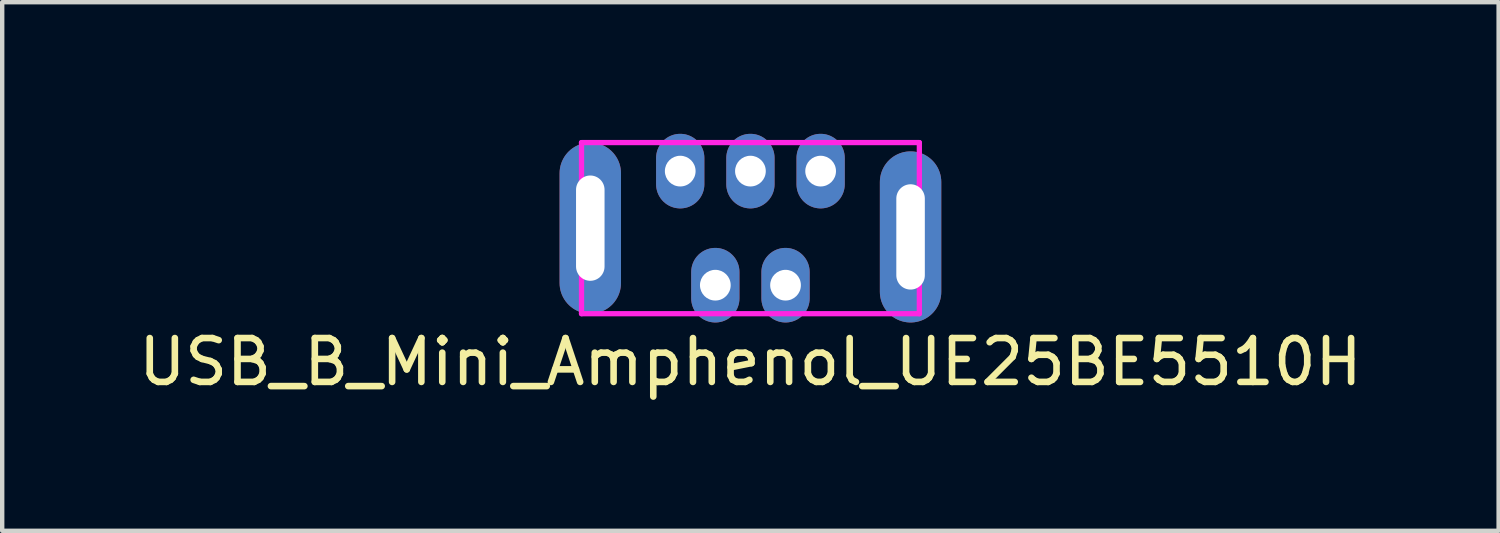
<source format=kicad_pcb>
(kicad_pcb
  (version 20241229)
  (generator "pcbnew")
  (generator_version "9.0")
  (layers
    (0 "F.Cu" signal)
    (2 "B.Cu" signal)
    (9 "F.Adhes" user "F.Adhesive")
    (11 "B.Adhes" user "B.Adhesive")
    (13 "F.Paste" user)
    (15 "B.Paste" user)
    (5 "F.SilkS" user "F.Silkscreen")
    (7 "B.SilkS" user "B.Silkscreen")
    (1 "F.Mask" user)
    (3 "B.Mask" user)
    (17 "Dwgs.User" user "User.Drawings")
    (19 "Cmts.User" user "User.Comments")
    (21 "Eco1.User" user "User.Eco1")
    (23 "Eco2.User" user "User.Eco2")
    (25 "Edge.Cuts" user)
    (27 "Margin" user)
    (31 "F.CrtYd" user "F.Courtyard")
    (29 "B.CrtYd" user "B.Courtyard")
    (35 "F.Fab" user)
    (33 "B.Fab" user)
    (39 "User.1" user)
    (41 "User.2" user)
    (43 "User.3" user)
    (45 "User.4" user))
  (footprint "USB_B_Mini_Amphenol_UE25BE5510H"
    (layer "F.Cu")
    (at 14.054 2.15)
    (property "Reference" "USB_B_Mini_Amphenol_UE25BE5510H" (at 0 3.05 0) (layer "F.SilkS") (effects (font (size 1 1) (thickness 0.15))))
    (attr through_hole)
    (fp_line (start -3.85 -1.95) (end -3.85 1.95) (stroke (width 0.12) (type solid)) (layer "F.CrtYd"))
    (fp_line (start -3.85 1.95) (end 3.85 1.95) (stroke (width 0.12) (type solid)) (layer "F.CrtYd"))
    (fp_line (start 3.85 -1.95) (end -3.85 -1.95) (stroke (width 0.12) (type solid)) (layer "F.CrtYd"))
    (fp_line (start 3.85 1.95) (end 3.85 -1.95) (stroke (width 0.12) (type solid)) (layer "F.CrtYd"))
    (pad "1" thru_hole oval (at 1.6 -1.3) (size 1.1 1.7) (drill 0.7) (layers "*.Cu" "*.Mask"))
    (pad "2" thru_hole oval (at 0.8 1.3) (size 1.1 1.7) (drill 0.7) (layers "*.Cu" "*.Mask"))
    (pad "3" thru_hole oval (at 0 -1.3) (size 1.1 1.7) (drill 0.7) (layers "*.Cu" "*.Mask"))
    (pad "4" thru_hole oval (at -0.8 1.3) (size 1.1 1.7) (drill 0.7) (layers "*.Cu" "*.Mask"))
    (pad "5" thru_hole oval (at -1.6 -1.3) (size 1.1 1.7) (drill 0.7) (layers "*.Cu" "*.Mask"))
    (pad "6" thru_hole oval (at -3.65 0) (size 1.4 3.9) (drill oval 0.65 2.4) (layers "*.Cu" "*.Mask"))
    (pad "6" thru_hole oval (at 3.65 0.2) (size 1.4 3.9) (drill oval 0.65 2.4) (layers "*.Cu" "*.Mask")))
  (gr_rect
    (start -3 -3)
    (end 31.107 9.048)
    (stroke (width 0.1) (type default))
    (fill no)
    (layer "Edge.Cuts")))
</source>
